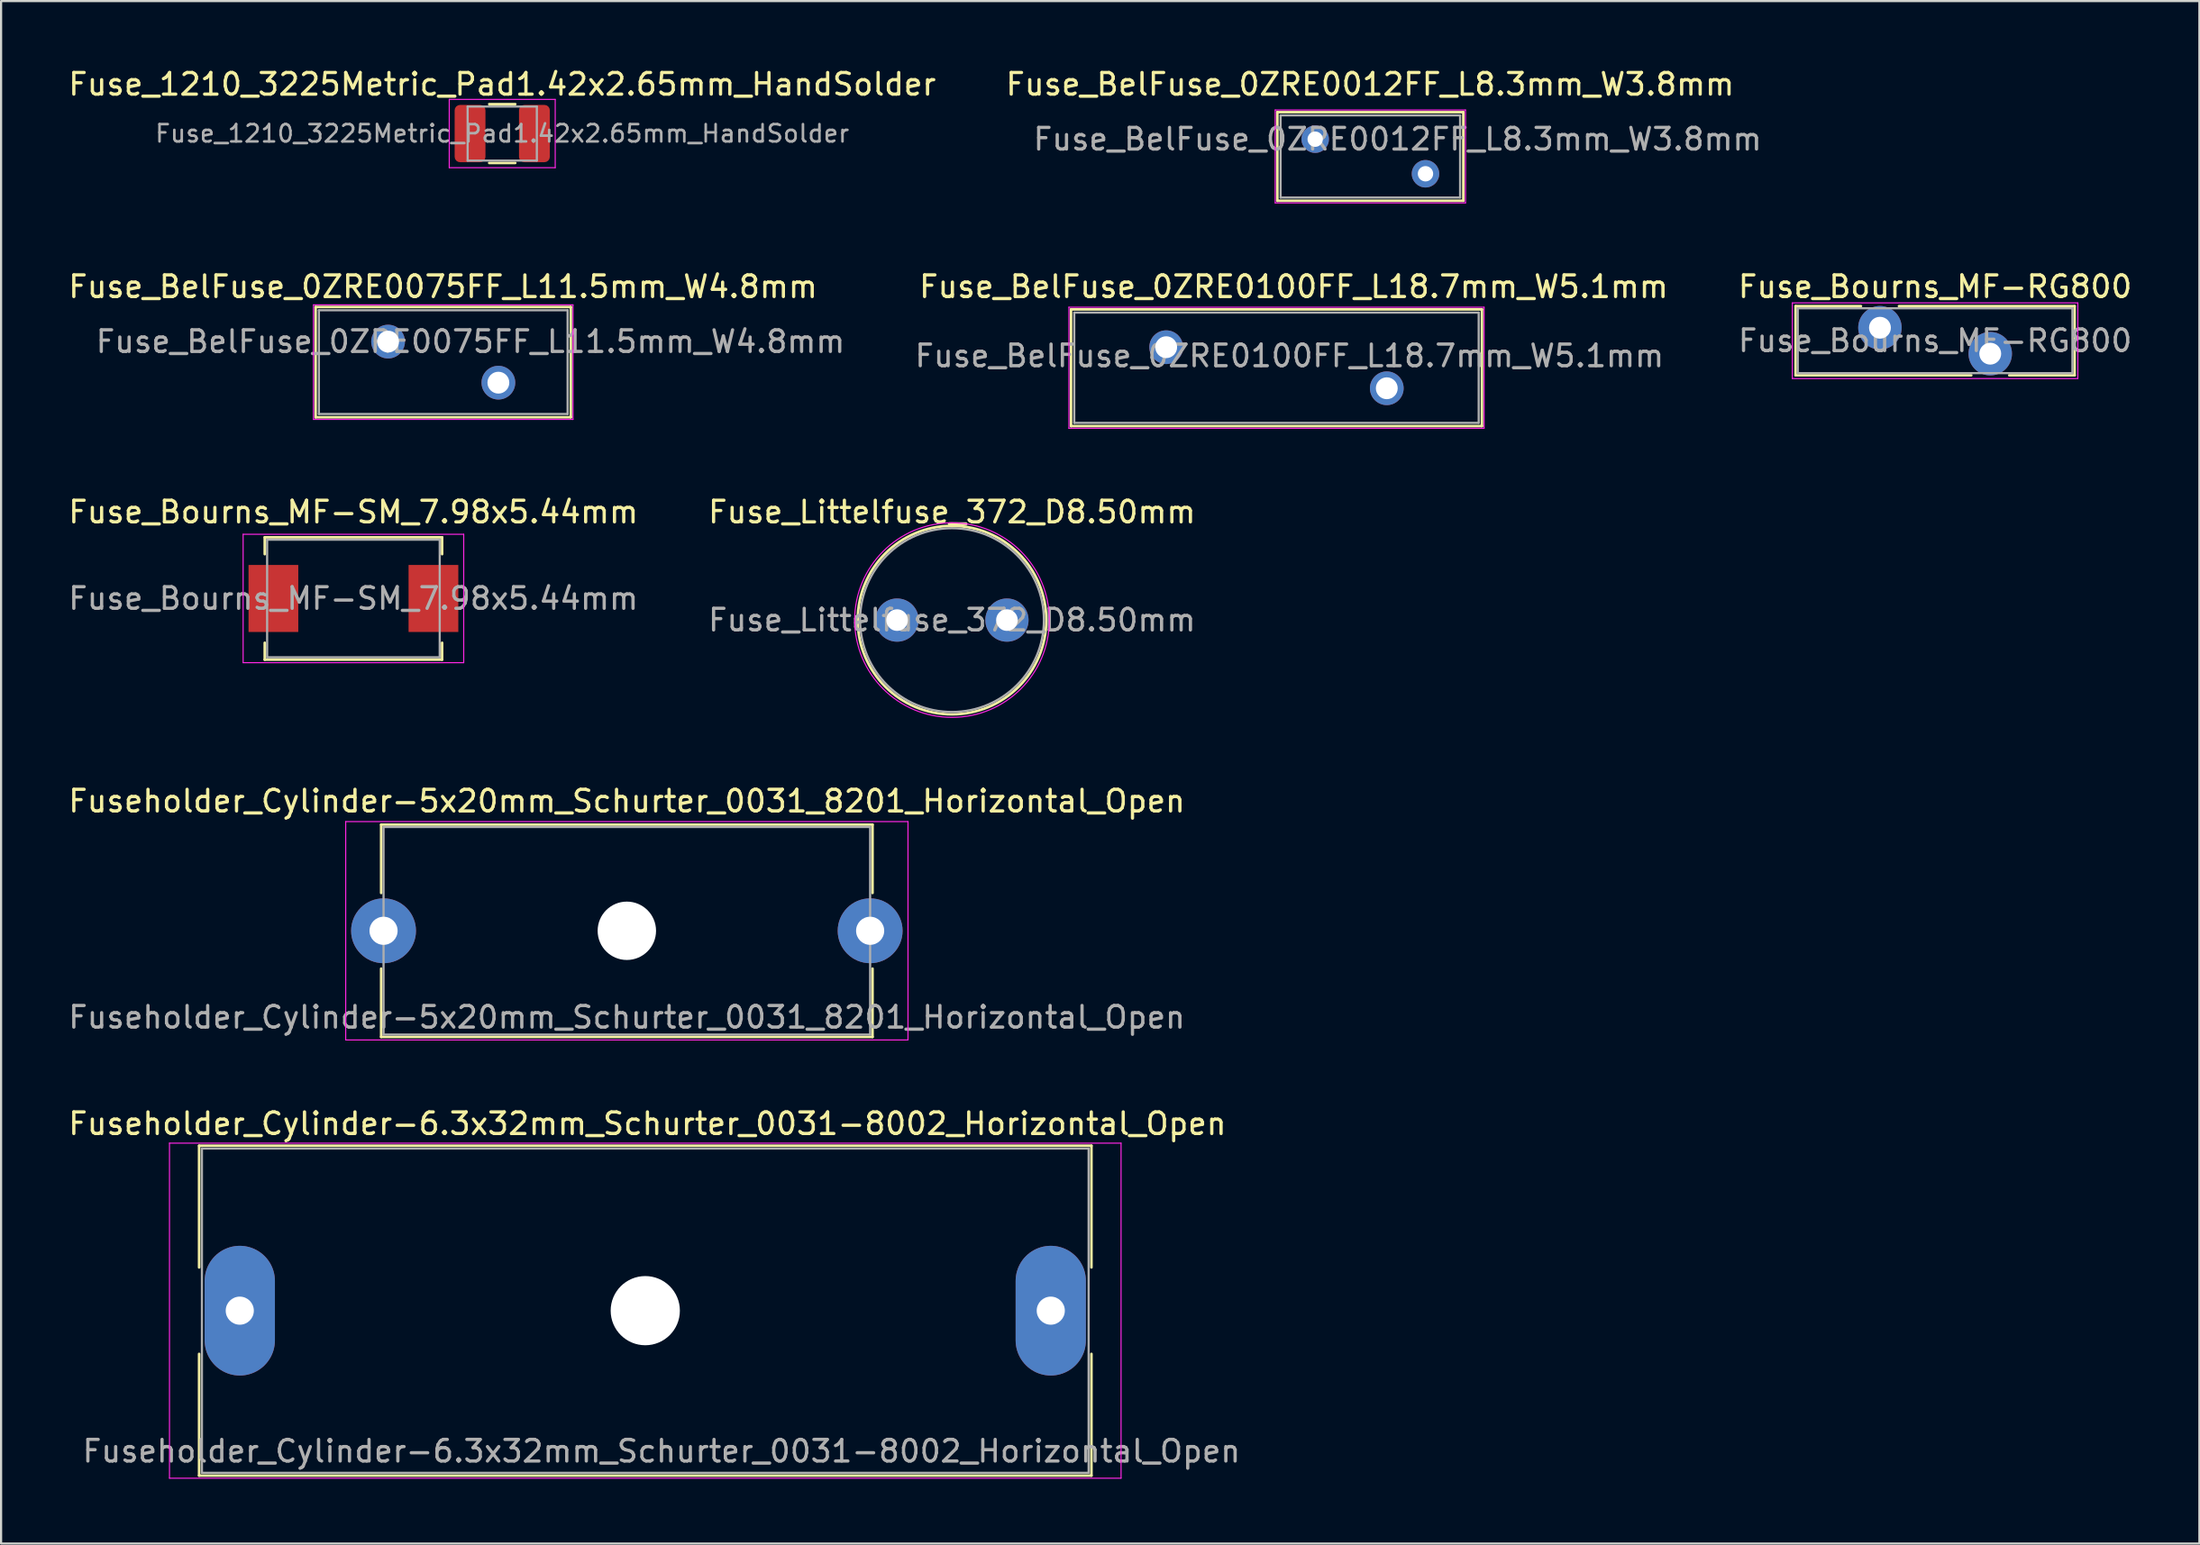
<source format=kicad_pcb>
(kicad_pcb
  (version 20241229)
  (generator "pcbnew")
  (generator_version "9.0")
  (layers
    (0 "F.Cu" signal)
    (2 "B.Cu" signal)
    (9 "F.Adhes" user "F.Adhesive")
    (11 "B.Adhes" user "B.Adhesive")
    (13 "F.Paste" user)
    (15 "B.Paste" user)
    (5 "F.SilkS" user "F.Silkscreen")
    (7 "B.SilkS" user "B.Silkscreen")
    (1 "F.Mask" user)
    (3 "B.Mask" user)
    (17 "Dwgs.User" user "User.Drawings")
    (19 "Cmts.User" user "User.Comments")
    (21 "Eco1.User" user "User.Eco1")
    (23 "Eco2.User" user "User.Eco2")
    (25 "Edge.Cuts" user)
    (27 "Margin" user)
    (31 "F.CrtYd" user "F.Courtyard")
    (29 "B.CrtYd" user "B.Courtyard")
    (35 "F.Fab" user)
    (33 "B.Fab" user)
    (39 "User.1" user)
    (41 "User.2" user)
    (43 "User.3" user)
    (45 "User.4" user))
  (footprint "Fuseholder_Cylinder-6.3x32mm_Schurter_0031-8002_Horizontal_Open"
    (layer "F.Cu")
    (at 8.037 57.581)
    (property "Reference" "Fuseholder_Cylinder-6.3x32mm_Schurter_0031-8002_Horizontal_Open" (at 18.85 -8.65 0) (layer "F.SilkS") (effects (font (size 1 1) (thickness 0.15))))
    (attr through_hole)
    (fp_line (start -1.88 -7.63) (end -1.88 -2) (stroke (width 0.12) (type solid)) (layer "F.SilkS"))
    (fp_line (start -1.88 -7.63) (end 39.38 -7.63) (stroke (width 0.12) (type solid)) (layer "F.SilkS"))
    (fp_line (start -1.88 2) (end -1.88 7.63) (stroke (width 0.12) (type solid)) (layer "F.SilkS"))
    (fp_line (start 39.38 -7.63) (end 39.38 -2) (stroke (width 0.12) (type solid)) (layer "F.SilkS"))
    (fp_line (start 39.38 2) (end 39.38 7.63) (stroke (width 0.12) (type solid)) (layer "F.SilkS"))
    (fp_line (start 39.38 7.63) (end -1.88 7.63) (stroke (width 0.12) (type solid)) (layer "F.SilkS"))
    (fp_line (start -3.25 -7.75) (end -3.25 7.75) (stroke (width 0.05) (type solid)) (layer "F.CrtYd"))
    (fp_line (start -3.25 -7.75) (end 40.75 -7.75) (stroke (width 0.05) (type solid)) (layer "F.CrtYd"))
    (fp_line (start 40.75 7.75) (end -3.25 7.75) (stroke (width 0.05) (type solid)) (layer "F.CrtYd"))
    (fp_line (start 40.75 7.75) (end 40.75 -7.75) (stroke (width 0.05) (type solid)) (layer "F.CrtYd"))
    (fp_line (start -1.75 -7.5) (end -1.75 7.5) (stroke (width 0.1) (type solid)) (layer "F.Fab"))
    (fp_line (start -1.75 7.5) (end 39.25 7.5) (stroke (width 0.1) (type solid)) (layer "F.Fab"))
    (fp_line (start 39.25 -7.5) (end -1.75 -7.5) (stroke (width 0.1) (type solid)) (layer "F.Fab"))
    (fp_line (start 39.25 7.5) (end 39.25 -7.5) (stroke (width 0.1) (type solid)) (layer "F.Fab"))
    (fp_text user "${REFERENCE}" (at 19.5 6.5 0) (layer "F.Fab") (effects (font (size 1 1) (thickness 0.15))))
    (pad "" np_thru_hole circle (at 18.75 0) (size 3.2 3.2) (drill 3.2) (layers "*.Cu" "*.Mask"))
    (pad "1" thru_hole oval (at 0 0) (size 3.25 6) (drill 1.3) (layers "*.Cu" "*.Mask"))
    (pad "2" thru_hole oval (at 37.5 0) (size 3.25 6) (drill 1.3) (layers "*.Cu" "*.Mask")))
  (footprint "Fuse_BelFuse_0ZRE0075FF_L11.5mm_W4.8mm"
    (layer "F.Cu")
    (at 14.895 12.752)
    (property "Reference" "Fuse_BelFuse_0ZRE0075FF_L11.5mm_W4.8mm" (at 2.54 -2.54 0) (layer "F.SilkS") (effects (font (size 1 1) (thickness 0.15))))
    (attr through_hole)
    (fp_line (start -3.35 -1.6) (end -3.35 3.5) (stroke (width 0.12) (type solid)) (layer "F.SilkS"))
    (fp_line (start -3.35 -1.6) (end 8.45 -1.6) (stroke (width 0.12) (type solid)) (layer "F.SilkS"))
    (fp_line (start -3.35 3.5) (end 8.45 3.5) (stroke (width 0.12) (type solid)) (layer "F.SilkS"))
    (fp_line (start 8.45 -1.6) (end 8.45 3.5) (stroke (width 0.12) (type solid)) (layer "F.SilkS"))
    (fp_line (start -3.45 -1.7) (end -3.45 3.6) (stroke (width 0.05) (type solid)) (layer "F.CrtYd"))
    (fp_line (start -3.45 -1.7) (end 8.55 -1.7) (stroke (width 0.05) (type solid)) (layer "F.CrtYd"))
    (fp_line (start -3.45 3.6) (end 8.55 3.6) (stroke (width 0.05) (type solid)) (layer "F.CrtYd"))
    (fp_line (start 8.55 -1.7) (end 8.55 3.6) (stroke (width 0.05) (type solid)) (layer "F.CrtYd"))
    (fp_line (start -3.2 -1.45) (end -3.2 3.35) (stroke (width 0.1) (type solid)) (layer "F.Fab"))
    (fp_line (start -3.2 -1.45) (end 8.3 -1.45) (stroke (width 0.1) (type solid)) (layer "F.Fab"))
    (fp_line (start -3.2 3.35) (end 8.3 3.35) (stroke (width 0.1) (type solid)) (layer "F.Fab"))
    (fp_line (start 8.3 -1.45) (end 8.3 3.35) (stroke (width 0.1) (type solid)) (layer "F.Fab"))
    (fp_text user "${REFERENCE}" (at 3.81 0 0) (layer "F.Fab") (effects (font (size 1 1) (thickness 0.15))))
    (pad "1" thru_hole circle (at 0 0) (size 1.56 1.56) (drill 1.01) (layers "*.Cu" "*.Mask"))
    (pad "2" thru_hole circle (at 5.1 1.9) (size 1.56 1.56) (drill 1.01) (layers "*.Cu" "*.Mask")))
  (footprint "Fuse_BelFuse_0ZRE0012FF_L8.3mm_W3.8mm"
    (layer "F.Cu")
    (at 57.764 3.388)
    (property "Reference" "Fuse_BelFuse_0ZRE0012FF_L8.3mm_W3.8mm" (at 2.54 -2.54 0) (layer "F.SilkS") (effects (font (size 1 1) (thickness 0.15))))
    (attr through_hole)
    (fp_line (start -1.75 -1.25) (end -1.75 2.85) (stroke (width 0.12) (type solid)) (layer "F.SilkS"))
    (fp_line (start -1.75 -1.25) (end 6.85 -1.25) (stroke (width 0.12) (type solid)) (layer "F.SilkS"))
    (fp_line (start -1.75 2.85) (end 6.85 2.85) (stroke (width 0.12) (type solid)) (layer "F.SilkS"))
    (fp_line (start 6.85 -1.25) (end 6.85 2.85) (stroke (width 0.12) (type solid)) (layer "F.SilkS"))
    (fp_line (start -1.85 -1.35) (end -1.85 2.95) (stroke (width 0.05) (type solid)) (layer "F.CrtYd"))
    (fp_line (start -1.85 -1.35) (end 6.95 -1.35) (stroke (width 0.05) (type solid)) (layer "F.CrtYd"))
    (fp_line (start -1.85 2.95) (end 6.95 2.95) (stroke (width 0.05) (type solid)) (layer "F.CrtYd"))
    (fp_line (start 6.95 -1.35) (end 6.95 2.95) (stroke (width 0.05) (type solid)) (layer "F.CrtYd"))
    (fp_line (start -1.6 -1.1) (end -1.6 2.7) (stroke (width 0.1) (type solid)) (layer "F.Fab"))
    (fp_line (start -1.6 -1.1) (end 6.7 -1.1) (stroke (width 0.1) (type solid)) (layer "F.Fab"))
    (fp_line (start -1.6 2.7) (end 6.7 2.7) (stroke (width 0.1) (type solid)) (layer "F.Fab"))
    (fp_line (start 6.7 -1.1) (end 6.7 2.7) (stroke (width 0.1) (type solid)) (layer "F.Fab"))
    (fp_text user "${REFERENCE}" (at 3.81 0 0) (layer "F.Fab") (effects (font (size 1 1) (thickness 0.15))))
    (pad "1" thru_hole circle (at 0 0) (size 1.27 1.27) (drill 0.71) (layers "*.Cu" "*.Mask"))
    (pad "2" thru_hole circle (at 5.1 1.6) (size 1.27 1.27) (drill 0.71) (layers "*.Cu" "*.Mask")))
  (footprint "Fuseholder_Cylinder-5x20mm_Schurter_0031_8201_Horizontal_Open"
    (layer "F.Cu")
    (at 14.685 40.008)
    (property "Reference" "Fuseholder_Cylinder-5x20mm_Schurter_0031_8201_Horizontal_Open" (at 11.25 -6 0) (layer "F.SilkS") (effects (font (size 1 1) (thickness 0.15))))
    (attr through_hole)
    (fp_line (start -0.11 -4.91) (end 22.61 -4.91) (stroke (width 0.12) (type solid)) (layer "F.SilkS"))
    (fp_line (start -0.11 -1.75) (end -0.11 -4.91) (stroke (width 0.12) (type solid)) (layer "F.SilkS"))
    (fp_line (start -0.11 4.91) (end -0.11 1.75) (stroke (width 0.12) (type solid)) (layer "F.SilkS"))
    (fp_line (start -0.11 4.91) (end 22.61 4.91) (stroke (width 0.12) (type solid)) (layer "F.SilkS"))
    (fp_line (start 22.61 -1.75) (end 22.61 -4.91) (stroke (width 0.12) (type solid)) (layer "F.SilkS"))
    (fp_line (start 22.61 4.91) (end 22.61 1.75) (stroke (width 0.12) (type solid)) (layer "F.SilkS"))
    (fp_line (start -1.75 -5.05) (end 24.25 -5.05) (stroke (width 0.05) (type solid)) (layer "F.CrtYd"))
    (fp_line (start -1.75 5.05) (end -1.75 -5.05) (stroke (width 0.05) (type solid)) (layer "F.CrtYd"))
    (fp_line (start 24.25 -5.05) (end 24.25 5.05) (stroke (width 0.05) (type solid)) (layer "F.CrtYd"))
    (fp_line (start 24.25 5.05) (end -1.75 5.05) (stroke (width 0.05) (type solid)) (layer "F.CrtYd"))
    (fp_line (start 0 -4.8) (end 0 4.8) (stroke (width 0.1) (type solid)) (layer "F.Fab"))
    (fp_line (start 0 4.8) (end 22.5 4.8) (stroke (width 0.1) (type solid)) (layer "F.Fab"))
    (fp_line (start 22.5 -4.8) (end 0 -4.8) (stroke (width 0.1) (type solid)) (layer "F.Fab"))
    (fp_line (start 22.5 4.8) (end 22.5 -4.8) (stroke (width 0.1) (type solid)) (layer "F.Fab"))
    (fp_text user "${REFERENCE}" (at 11.25 4 0) (layer "F.Fab") (effects (font (size 1 1) (thickness 0.15))))
    (pad "" np_thru_hole circle (at 11.25 0) (size 2.7 2.7) (drill 2.7) (layers "*.Cu" "*.Mask"))
    (pad "1" thru_hole circle (at 0 0) (size 3 3) (drill 1.3) (layers "*.Cu" "*.Mask"))
    (pad "2" thru_hole circle (at 22.5 0) (size 3 3) (drill 1.3) (layers "*.Cu" "*.Mask")))
  (footprint "Fuse_Bourns_MF-SM_7.98x5.44mm"
    (layer "F.Cu")
    (at 13.292 24.635)
    (property "Reference" "Fuse_Bourns_MF-SM_7.98x5.44mm" (at 0 -4 0) (layer "F.SilkS") (effects (font (size 1 1) (thickness 0.15))))
    (attr smd)
    (fp_line (start -4.1 -2.83) (end -4.1 -2.05) (stroke (width 0.12) (type solid)) (layer "F.SilkS"))
    (fp_line (start -4.1 -2.83) (end 4.1 -2.83) (stroke (width 0.12) (type solid)) (layer "F.SilkS"))
    (fp_line (start -4.1 2.83) (end -4.1 2.05) (stroke (width 0.12) (type solid)) (layer "F.SilkS"))
    (fp_line (start -4.1 2.83) (end 4.1 2.83) (stroke (width 0.12) (type solid)) (layer "F.SilkS"))
    (fp_line (start 4.1 -2.83) (end 4.1 -2.05) (stroke (width 0.12) (type solid)) (layer "F.SilkS"))
    (fp_line (start 4.1 2.83) (end 4.1 2.05) (stroke (width 0.12) (type solid)) (layer "F.SilkS"))
    (fp_line (start -5.1 -2.97) (end 5.1 -2.97) (stroke (width 0.05) (type solid)) (layer "F.CrtYd"))
    (fp_line (start -5.1 2.97) (end -5.1 -2.97) (stroke (width 0.05) (type solid)) (layer "F.CrtYd"))
    (fp_line (start 5.1 -2.97) (end 5.1 2.97) (stroke (width 0.05) (type solid)) (layer "F.CrtYd"))
    (fp_line (start 5.1 2.97) (end -5.1 2.97) (stroke (width 0.05) (type solid)) (layer "F.CrtYd"))
    (fp_line (start -3.99 -2.72) (end 3.99 -2.72) (stroke (width 0.1) (type solid)) (layer "F.Fab"))
    (fp_line (start -3.99 2.72) (end -3.99 -2.72) (stroke (width 0.1) (type solid)) (layer "F.Fab"))
    (fp_line (start 3.99 -2.72) (end 3.99 2.72) (stroke (width 0.1) (type solid)) (layer "F.Fab"))
    (fp_line (start 3.99 2.72) (end -3.99 2.72) (stroke (width 0.1) (type solid)) (layer "F.Fab"))
    (fp_text user "${REFERENCE}" (at 0 0 0) (layer "F.Fab") (effects (font (size 1 1) (thickness 0.15))))
    (pad "1" smd rect (at -3.7 0) (size 2.3 3.1) (layers "F.Cu" "F.Mask" "F.Paste"))
    (pad "2" smd rect (at 3.7 0) (size 2.3 3.1) (layers "F.Cu" "F.Mask" "F.Paste")))
  (footprint "Fuse_Littelfuse_372_D8.50mm"
    (layer "F.Cu")
    (at 38.43 25.635)
    (property "Reference" "Fuse_Littelfuse_372_D8.50mm" (at 2.54 -5 0) (layer "F.SilkS") (effects (font (size 1 1) (thickness 0.15))))
    (attr through_hole)
    (fp_circle (center 2.54 0) (end 6.9 0) (stroke (width 0.12) (type solid)) (fill no) (layer "F.SilkS"))
    (fp_circle (center 2.54 0) (end 7.04 0) (stroke (width 0.05) (type solid)) (fill no) (layer "F.CrtYd"))
    (fp_circle (center 2.54 0) (end 6.79 0) (stroke (width 0.1) (type solid)) (fill no) (layer "F.Fab"))
    (fp_text user "${REFERENCE}" (at 2.54 0 0) (layer "F.Fab") (effects (font (size 1 1) (thickness 0.15))))
    (pad "1" thru_hole circle (at 0 0) (size 2 2) (drill 1) (layers "*.Cu" "*.Mask"))
    (pad "2" thru_hole circle (at 5.08 0) (size 2 2) (drill 1) (layers "*.Cu" "*.Mask")))
  (footprint "Fuse_1210_3225Metric_Pad1.42x2.65mm_HandSolder"
    (layer "F.Cu")
    (at 20.173 3.128)
    (property "Reference" "Fuse_1210_3225Metric_Pad1.42x2.65mm_HandSolder" (at 0 -2.28 0) (layer "F.SilkS") (effects (font (size 1 1) (thickness 0.15))))
    (attr smd)
    (fp_line (start -0.602 -1.36) (end 0.602 -1.36) (stroke (width 0.12) (type solid)) (layer "F.SilkS"))
    (fp_line (start -0.602 1.36) (end 0.602 1.36) (stroke (width 0.12) (type solid)) (layer "F.SilkS"))
    (fp_line (start -2.45 -1.58) (end 2.45 -1.58) (stroke (width 0.05) (type solid)) (layer "F.CrtYd"))
    (fp_line (start -2.45 1.58) (end -2.45 -1.58) (stroke (width 0.05) (type solid)) (layer "F.CrtYd"))
    (fp_line (start 2.45 -1.58) (end 2.45 1.58) (stroke (width 0.05) (type solid)) (layer "F.CrtYd"))
    (fp_line (start 2.45 1.58) (end -2.45 1.58) (stroke (width 0.05) (type solid)) (layer "F.CrtYd"))
    (fp_line (start -1.6 -1.25) (end 1.6 -1.25) (stroke (width 0.1) (type solid)) (layer "F.Fab"))
    (fp_line (start -1.6 1.25) (end -1.6 -1.25) (stroke (width 0.1) (type solid)) (layer "F.Fab"))
    (fp_line (start 1.6 -1.25) (end 1.6 1.25) (stroke (width 0.1) (type solid)) (layer "F.Fab"))
    (fp_line (start 1.6 1.25) (end -1.6 1.25) (stroke (width 0.1) (type solid)) (layer "F.Fab"))
    (fp_text user "${REFERENCE}" (at 0 0 0) (layer "F.Fab") (effects (font (size 0.8 0.8) (thickness 0.12))))
    (pad "1" smd roundrect (at -1.488 0) (size 1.425 2.65) (layers "F.Cu" "F.Mask" "F.Paste") (roundrect_rratio 0.175))
    (pad "2" smd roundrect (at 1.488 0) (size 1.425 2.65) (layers "F.Cu" "F.Mask" "F.Paste") (roundrect_rratio 0.175)))
  (footprint "Fuse_BelFuse_0ZRE0100FF_L18.7mm_W5.1mm"
    (layer "F.Cu")
    (at 50.874 13.011)
    (property "Reference" "Fuse_BelFuse_0ZRE0100FF_L18.7mm_W5.1mm" (at 5.9 -2.8 0) (layer "F.SilkS") (effects (font (size 1 1) (thickness 0.15))))
    (attr through_hole)
    (fp_line (start -4.4 -1.75) (end -4.4 3.65) (stroke (width 0.12) (type solid)) (layer "F.SilkS"))
    (fp_line (start -4.4 -1.75) (end 14.6 -1.75) (stroke (width 0.12) (type solid)) (layer "F.SilkS"))
    (fp_line (start -4.4 3.65) (end 14.6 3.65) (stroke (width 0.12) (type solid)) (layer "F.SilkS"))
    (fp_line (start 14.6 -1.75) (end 14.6 3.65) (stroke (width 0.12) (type solid)) (layer "F.SilkS"))
    (fp_line (start -4.5 -1.85) (end -4.5 3.75) (stroke (width 0.05) (type solid)) (layer "F.CrtYd"))
    (fp_line (start -4.5 -1.85) (end 14.7 -1.85) (stroke (width 0.05) (type solid)) (layer "F.CrtYd"))
    (fp_line (start -4.5 3.75) (end 14.7 3.75) (stroke (width 0.05) (type solid)) (layer "F.CrtYd"))
    (fp_line (start 14.7 -1.85) (end 14.7 3.75) (stroke (width 0.05) (type solid)) (layer "F.CrtYd"))
    (fp_line (start -4.25 -1.6) (end -4.25 3.5) (stroke (width 0.1) (type solid)) (layer "F.Fab"))
    (fp_line (start -4.25 -1.6) (end 14.45 -1.6) (stroke (width 0.1) (type solid)) (layer "F.Fab"))
    (fp_line (start -4.25 3.5) (end 14.45 3.5) (stroke (width 0.1) (type solid)) (layer "F.Fab"))
    (fp_line (start 14.45 -1.6) (end 14.45 3.5) (stroke (width 0.1) (type solid)) (layer "F.Fab"))
    (fp_text user "${REFERENCE}" (at 5.7 0.4 0) (layer "F.Fab") (effects (font (size 1 1) (thickness 0.15))))
    (pad "1" thru_hole circle (at 0 0) (size 1.56 1.56) (drill 1.01) (layers "*.Cu" "*.Mask"))
    (pad "2" thru_hole circle (at 10.2 1.9) (size 1.56 1.56) (drill 1.01) (layers "*.Cu" "*.Mask")))
  (footprint "Fuse_Bourns_MF-RG800"
    (layer "F.Cu")
    (at 83.878 12.111)
    (property "Reference" "Fuse_Bourns_MF-RG800" (at 2.55 -1.9 0) (layer "F.SilkS") (effects (font (size 1 1) (thickness 0.15))))
    (attr through_hole)
    (fp_line (start -3.9 -1) (end -3.9 2.2) (stroke (width 0.12) (type solid)) (layer "F.SilkS"))
    (fp_line (start -3.9 -1) (end -0.879 -1) (stroke (width 0.12) (type solid)) (layer "F.SilkS"))
    (fp_line (start -3.9 2.2) (end 4.222 2.2) (stroke (width 0.12) (type solid)) (layer "F.SilkS"))
    (fp_line (start 0.879 -1) (end 9 -1) (stroke (width 0.12) (type solid)) (layer "F.SilkS"))
    (fp_line (start 5.979 2.2) (end 9 2.2) (stroke (width 0.12) (type solid)) (layer "F.SilkS"))
    (fp_line (start 9 -1) (end 9 2.2) (stroke (width 0.12) (type solid)) (layer "F.SilkS"))
    (fp_line (start -4.05 -1.15) (end -4.05 2.35) (stroke (width 0.05) (type solid)) (layer "F.CrtYd"))
    (fp_line (start -4.05 2.35) (end 9.15 2.35) (stroke (width 0.05) (type solid)) (layer "F.CrtYd"))
    (fp_line (start 9.15 -1.15) (end -4.05 -1.15) (stroke (width 0.05) (type solid)) (layer "F.CrtYd"))
    (fp_line (start 9.15 2.35) (end 9.15 -1.15) (stroke (width 0.05) (type solid)) (layer "F.CrtYd"))
    (fp_line (start -3.8 -0.9) (end -3.8 2.1) (stroke (width 0.1) (type solid)) (layer "F.Fab"))
    (fp_line (start -3.8 2.1) (end 8.9 2.1) (stroke (width 0.1) (type solid)) (layer "F.Fab"))
    (fp_line (start 8.9 -0.9) (end -3.8 -0.9) (stroke (width 0.1) (type solid)) (layer "F.Fab"))
    (fp_line (start 8.9 2.1) (end 8.9 -0.9) (stroke (width 0.1) (type solid)) (layer "F.Fab"))
    (fp_text user "${REFERENCE}" (at 2.55 0.6 0) (layer "F.Fab") (effects (font (size 1 1) (thickness 0.15))))
    (pad "1" thru_hole circle (at 0 0) (size 2.01 2.01) (drill 1.01) (layers "*.Cu" "*.Mask"))
    (pad "2" thru_hole circle (at 5.1 1.2) (size 2.01 2.01) (drill 1.01) (layers "*.Cu" "*.Mask")))
  (gr_rect
    (start -3 -3)
    (end 98.649 68.356)
    (stroke (width 0.1) (type default))
    (fill no)
    (layer "Edge.Cuts")))
</source>
